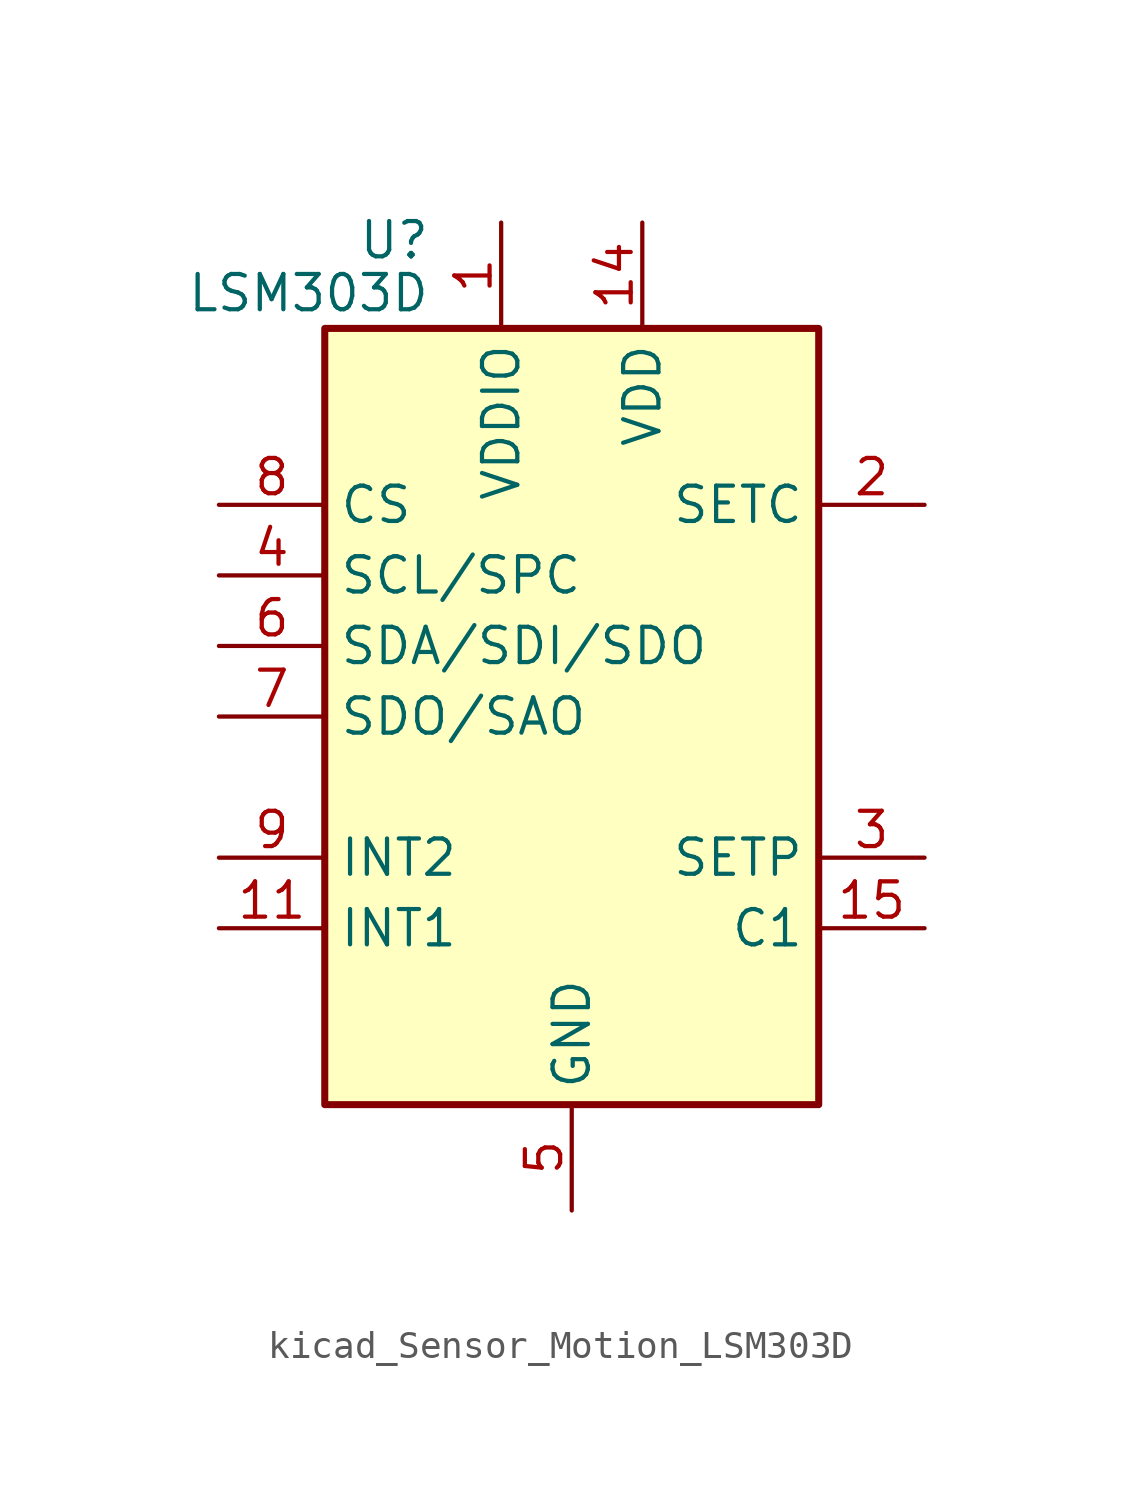
<source format=kicad_sym>
(kicad_symbol_lib
  (version 20220914)
  (generator kicad_symbol_editor)
  (symbol "kicad_Sensor_Motion_LSM303D"
    (property "Reference" "U"
      (at -5.08 17.145 0)
      (effects (font (size 1.27 1.27)) (justify right)))
    (property "Value" "LSM303D"
      (at -5.08 15.24 0)
      (effects (font (size 1.27 1.27)) (justify right)))
    (symbol "kicad_Sensor_Motion_LSM303D_0_1"
      (rectangle (start 8.89 13.97) (end -8.89 -13.97) (stroke (width 0.254) (type default)) (fill (type background))))
    (symbol "kicad_Sensor_Motion_LSM303D_1_1"
      (pin power_in line (at -2.54 17.78 270) (length 3.81) (name "VDDIO" (effects (font (size 1.27 1.27)))) (number "1" (effects (font (size 1.27 1.27)))))
      (pin passive line (at 0 -17.78 90) (length 3.81) hide (name "GND" (effects (font (size 1.27 1.27)))) (number "10" (effects (font (size 1.27 1.27)))))
      (pin output line (at -12.7 -7.62 0) (length 3.81) (name "INT1" (effects (font (size 1.27 1.27)))) (number "11" (effects (font (size 1.27 1.27)))))
      (pin passive line (at 0 -17.78 90) (length 3.81) hide (name "GND" (effects (font (size 1.27 1.27)))) (number "12" (effects (font (size 1.27 1.27)))))
      (pin passive line (at 0 -17.78 90) (length 3.81) hide (name "GND" (effects (font (size 1.27 1.27)))) (number "13" (effects (font (size 1.27 1.27)))))
      (pin power_in line (at 2.54 17.78 270) (length 3.81) (name "VDD" (effects (font (size 1.27 1.27)))) (number "14" (effects (font (size 1.27 1.27)))))
      (pin passive line (at 12.7 -7.62 180) (length 3.81) (name "C1" (effects (font (size 1.27 1.27)))) (number "15" (effects (font (size 1.27 1.27)))))
      (pin passive line (at 0 -17.78 90) (length 3.81) hide (name "GND" (effects (font (size 1.27 1.27)))) (number "16" (effects (font (size 1.27 1.27)))))
      (pin passive line (at 12.7 7.62 180) (length 3.81) (name "SETC" (effects (font (size 1.27 1.27)))) (number "2" (effects (font (size 1.27 1.27)))))
      (pin passive line (at 12.7 -5.08 180) (length 3.81) (name "SETP" (effects (font (size 1.27 1.27)))) (number "3" (effects (font (size 1.27 1.27)))))
      (pin input line (at -12.7 5.08 0) (length 3.81) (name "SCL/SPC" (effects (font (size 1.27 1.27)))) (number "4" (effects (font (size 1.27 1.27)))))
      (pin power_in line (at 0 -17.78 90) (length 3.81) (name "GND" (effects (font (size 1.27 1.27)))) (number "5" (effects (font (size 1.27 1.27)))))
      (pin bidirectional line (at -12.7 2.54 0) (length 3.81) (name "SDA/SDI/SDO" (effects (font (size 1.27 1.27)))) (number "6" (effects (font (size 1.27 1.27)))))
      (pin output line (at -12.7 0 0) (length 3.81) (name "SDO/SAO" (effects (font (size 1.27 1.27)))) (number "7" (effects (font (size 1.27 1.27)))))
      (pin input line (at -12.7 7.62 0) (length 3.81) (name "CS" (effects (font (size 1.27 1.27)))) (number "8" (effects (font (size 1.27 1.27)))))
      (pin output line (at -12.7 -5.08 0) (length 3.81) (name "INT2" (effects (font (size 1.27 1.27)))) (number "9" (effects (font (size 1.27 1.27))))))))
</source>
